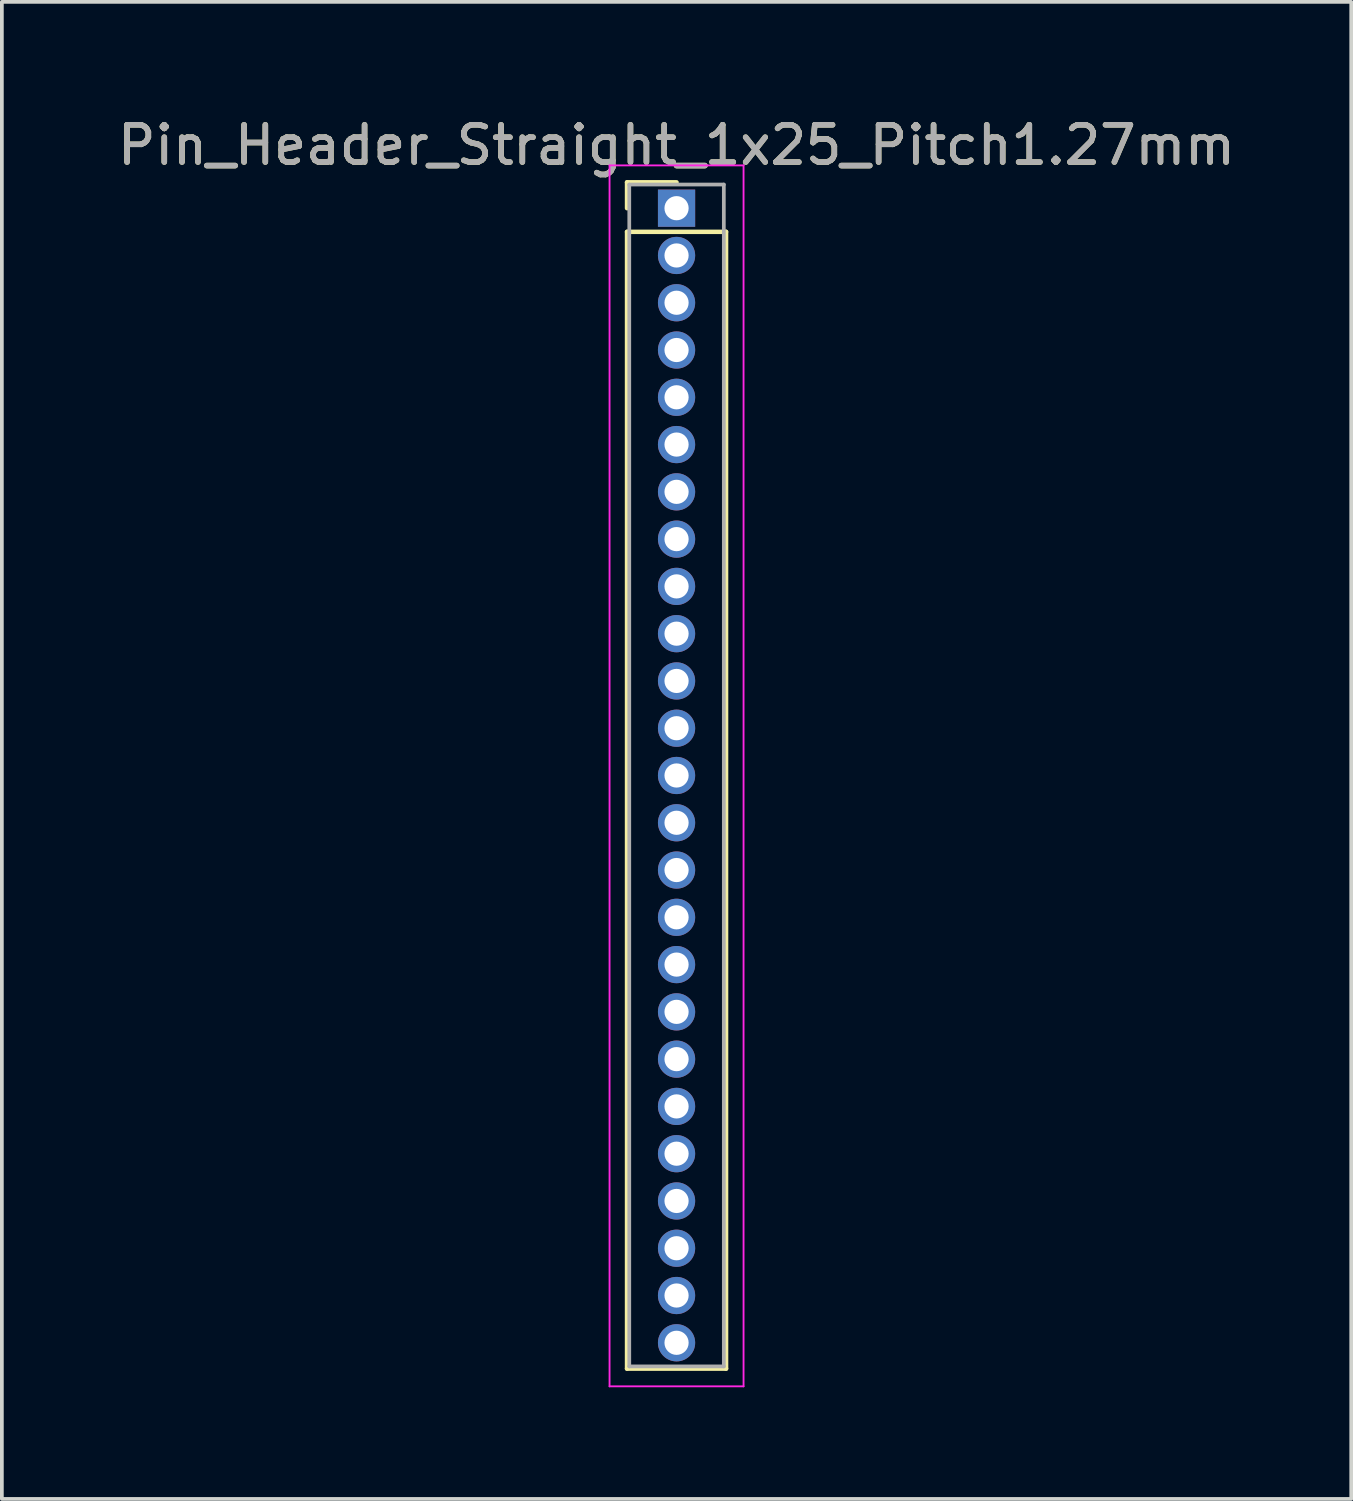
<source format=kicad_pcb>
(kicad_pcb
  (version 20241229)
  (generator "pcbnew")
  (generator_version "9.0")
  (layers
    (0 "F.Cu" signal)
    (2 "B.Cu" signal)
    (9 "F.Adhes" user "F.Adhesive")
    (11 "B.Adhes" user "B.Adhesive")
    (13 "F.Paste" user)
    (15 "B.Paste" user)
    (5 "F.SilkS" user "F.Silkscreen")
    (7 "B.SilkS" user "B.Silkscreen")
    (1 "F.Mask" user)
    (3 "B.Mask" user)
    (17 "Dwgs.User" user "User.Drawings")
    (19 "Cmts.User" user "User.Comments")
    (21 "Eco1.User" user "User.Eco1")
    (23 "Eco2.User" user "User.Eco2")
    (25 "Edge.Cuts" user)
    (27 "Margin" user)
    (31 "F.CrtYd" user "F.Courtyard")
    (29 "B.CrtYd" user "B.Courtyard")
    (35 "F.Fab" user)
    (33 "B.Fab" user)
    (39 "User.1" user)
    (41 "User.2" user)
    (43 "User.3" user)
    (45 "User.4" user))
  (footprint "Pin_Header_Straight_1x25_Pitch1.27mm"
    (layer "F.Cu")
    (at 15.125 2.543)
    (property "Reference" "Pin_Header_Straight_1x25_Pitch1.27mm" (at 0 -1.695 0) (layer "F.SilkS") (effects (font (size 1 1) (thickness 0.15))))
    (attr through_hole)
    (fp_line (start -1.33 -0.695) (end 0 -0.695) (stroke (width 0.12) (type solid)) (layer "F.SilkS"))
    (fp_line (start -1.33 0) (end -1.33 -0.695) (stroke (width 0.12) (type solid)) (layer "F.SilkS"))
    (fp_line (start -1.33 0.635) (end -1.33 31.175) (stroke (width 0.12) (type solid)) (layer "F.SilkS"))
    (fp_line (start -1.33 31.175) (end 1.33 31.175) (stroke (width 0.12) (type solid)) (layer "F.SilkS"))
    (fp_line (start 1.33 0.635) (end -1.33 0.635) (stroke (width 0.12) (type solid)) (layer "F.SilkS"))
    (fp_line (start 1.33 31.175) (end 1.33 0.635) (stroke (width 0.12) (type solid)) (layer "F.SilkS"))
    (fp_line (start -1.8 -1.15) (end -1.8 31.65) (stroke (width 0.05) (type solid)) (layer "F.CrtYd"))
    (fp_line (start -1.8 31.65) (end 1.8 31.65) (stroke (width 0.05) (type solid)) (layer "F.CrtYd"))
    (fp_line (start 1.8 -1.15) (end -1.8 -1.15) (stroke (width 0.05) (type solid)) (layer "F.CrtYd"))
    (fp_line (start 1.8 31.65) (end 1.8 -1.15) (stroke (width 0.05) (type solid)) (layer "F.CrtYd"))
    (fp_line (start -1.27 -0.635) (end -1.27 31.115) (stroke (width 0.1) (type solid)) (layer "F.Fab"))
    (fp_line (start -1.27 31.115) (end 1.27 31.115) (stroke (width 0.1) (type solid)) (layer "F.Fab"))
    (fp_line (start 1.27 -0.635) (end -1.27 -0.635) (stroke (width 0.1) (type solid)) (layer "F.Fab"))
    (fp_line (start 1.27 31.115) (end 1.27 -0.635) (stroke (width 0.1) (type solid)) (layer "F.Fab"))
    (fp_text user "${REFERENCE}" (at 0 -1.695 0) (layer "F.Fab") (effects (font (size 1 1) (thickness 0.15))))
    (pad "1" thru_hole rect (at 0 0) (size 1 1) (drill 0.65) (layers "*.Cu" "*.Mask"))
    (pad "2" thru_hole oval (at 0 1.27) (size 1 1) (drill 0.65) (layers "*.Cu" "*.Mask"))
    (pad "3" thru_hole oval (at 0 2.54) (size 1 1) (drill 0.65) (layers "*.Cu" "*.Mask"))
    (pad "4" thru_hole oval (at 0 3.81) (size 1 1) (drill 0.65) (layers "*.Cu" "*.Mask"))
    (pad "5" thru_hole oval (at 0 5.08) (size 1 1) (drill 0.65) (layers "*.Cu" "*.Mask"))
    (pad "6" thru_hole oval (at 0 6.35) (size 1 1) (drill 0.65) (layers "*.Cu" "*.Mask"))
    (pad "7" thru_hole oval (at 0 7.62) (size 1 1) (drill 0.65) (layers "*.Cu" "*.Mask"))
    (pad "8" thru_hole oval (at 0 8.89) (size 1 1) (drill 0.65) (layers "*.Cu" "*.Mask"))
    (pad "9" thru_hole oval (at 0 10.16) (size 1 1) (drill 0.65) (layers "*.Cu" "*.Mask"))
    (pad "10" thru_hole oval (at 0 11.43) (size 1 1) (drill 0.65) (layers "*.Cu" "*.Mask"))
    (pad "11" thru_hole oval (at 0 12.7) (size 1 1) (drill 0.65) (layers "*.Cu" "*.Mask"))
    (pad "12" thru_hole oval (at 0 13.97) (size 1 1) (drill 0.65) (layers "*.Cu" "*.Mask"))
    (pad "13" thru_hole oval (at 0 15.24) (size 1 1) (drill 0.65) (layers "*.Cu" "*.Mask"))
    (pad "14" thru_hole oval (at 0 16.51) (size 1 1) (drill 0.65) (layers "*.Cu" "*.Mask"))
    (pad "15" thru_hole oval (at 0 17.78) (size 1 1) (drill 0.65) (layers "*.Cu" "*.Mask"))
    (pad "16" thru_hole oval (at 0 19.05) (size 1 1) (drill 0.65) (layers "*.Cu" "*.Mask"))
    (pad "17" thru_hole oval (at 0 20.32) (size 1 1) (drill 0.65) (layers "*.Cu" "*.Mask"))
    (pad "18" thru_hole oval (at 0 21.59) (size 1 1) (drill 0.65) (layers "*.Cu" "*.Mask"))
    (pad "19" thru_hole oval (at 0 22.86) (size 1 1) (drill 0.65) (layers "*.Cu" "*.Mask"))
    (pad "20" thru_hole oval (at 0 24.13) (size 1 1) (drill 0.65) (layers "*.Cu" "*.Mask"))
    (pad "21" thru_hole oval (at 0 25.4) (size 1 1) (drill 0.65) (layers "*.Cu" "*.Mask"))
    (pad "22" thru_hole oval (at 0 26.67) (size 1 1) (drill 0.65) (layers "*.Cu" "*.Mask"))
    (pad "23" thru_hole oval (at 0 27.94) (size 1 1) (drill 0.65) (layers "*.Cu" "*.Mask"))
    (pad "24" thru_hole oval (at 0 29.21) (size 1 1) (drill 0.65) (layers "*.Cu" "*.Mask"))
    (pad "25" thru_hole oval (at 0 30.48) (size 1 1) (drill 0.65) (layers "*.Cu" "*.Mask")))
  (gr_rect
    (start -3 -3)
    (end 33.25 37.218)
    (stroke (width 0.1) (type default))
    (fill no)
    (layer "Edge.Cuts")))
</source>
